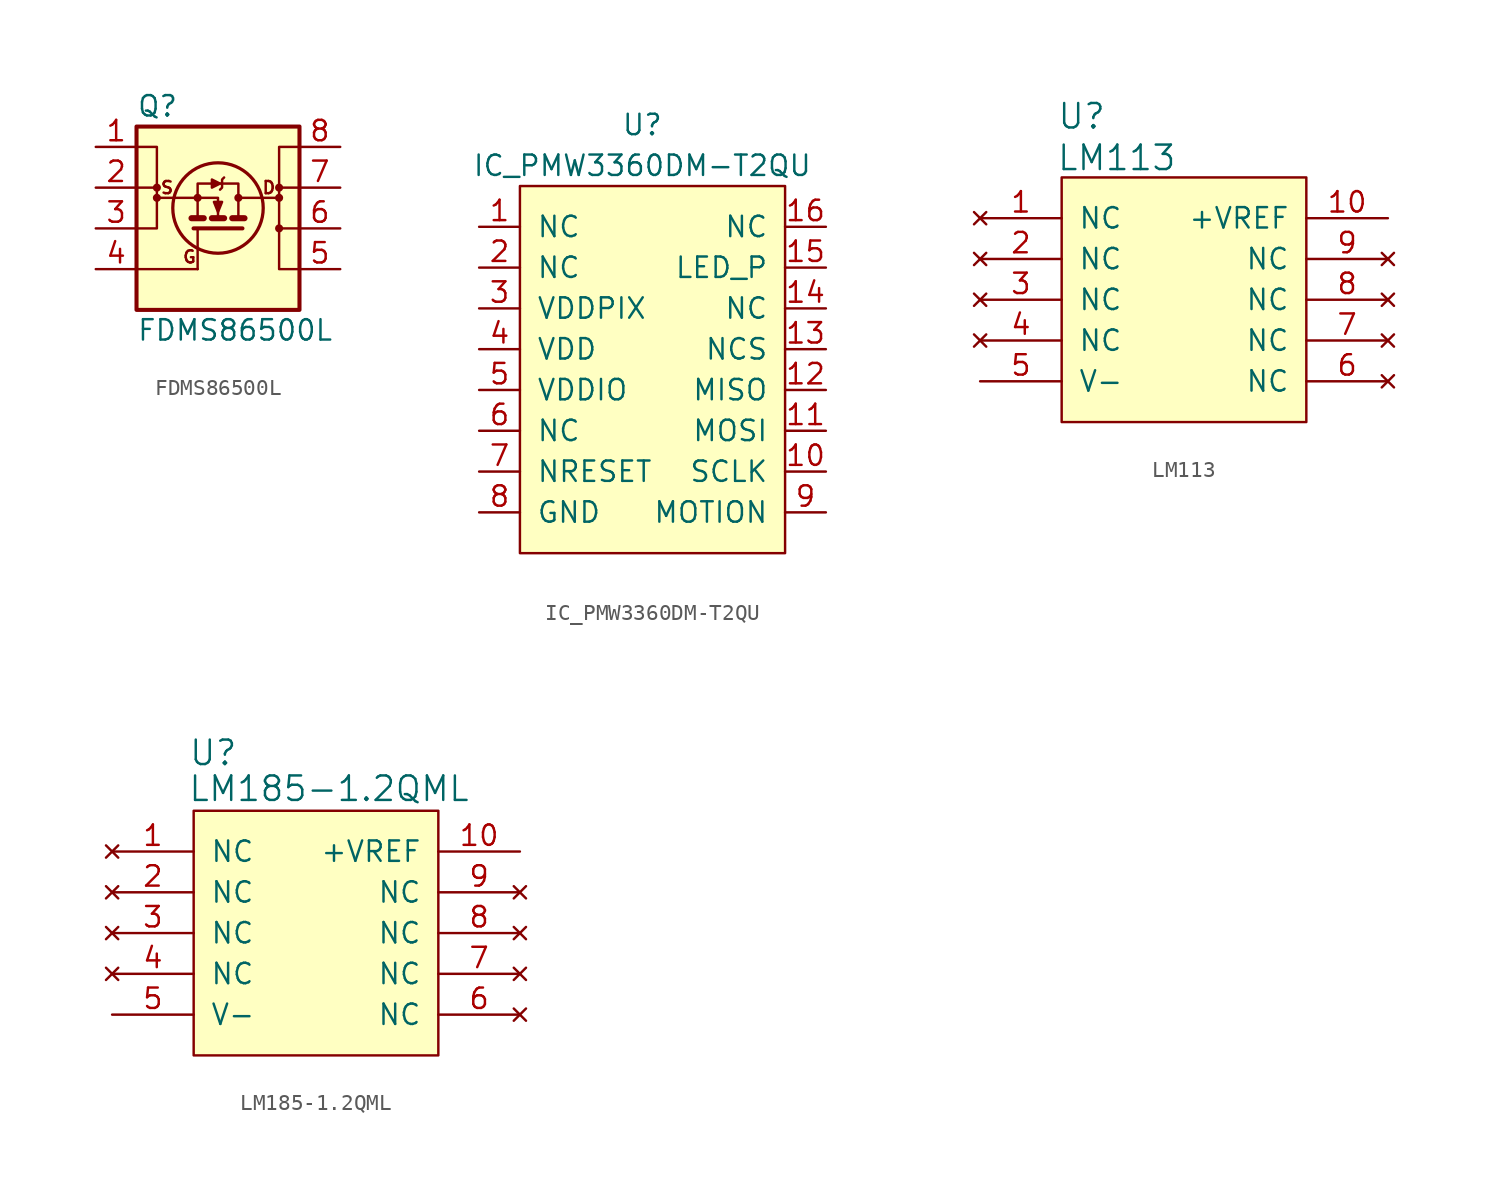
<source format=kicad_sym>
(kicad_symbol_lib
  (version 20211014)
  (generator kicad_symbol_editor)
  (symbol "FDMS86500L"
    (pin_names
      (offset 0) hide)
    (property "Reference" "Q"
      (at -5.08 7.62 0)
      (effects (font (size 1.27 1.27)) (justify left)))
    (property "Value" "FDMS86500L"
      (at -5.08 -6.35 0)
      (effects (font (size 1.27 1.27)) (justify left)))
    (symbol "FDMS86500L_0_0"
      (circle (center -3.81 1.905) (radius 0.127) (stroke (width 0.254) (type default) (color 0 0 0 0)) (fill (type none)))
      (circle (center -1.27 1.905) (radius 0.127) (stroke (width 0.254) (type default) (color 0 0 0 0)) (fill (type none)))
      (polyline (pts (xy -5.08 2.54) (xy -3.81 2.54)) (stroke (width 0) (type default) (color 0 0 0 0)) (fill (type none)))
      (polyline (pts (xy -1.27 1.905) (xy -3.81 1.905)) (stroke (width 0) (type default) (color 0 0 0 0)) (fill (type none)))
      (polyline (pts (xy 5.08 2.54) (xy 3.81 2.54)) (stroke (width 0) (type default) (color 0 0 0 0)) (fill (type none)))
      (polyline (pts (xy -1.27 0.635) (xy -1.27 2.794) (xy 1.27 2.794) (xy 1.27 0.635)) (stroke (width 0) (type default) (color 0 0 0 0)) (fill (type none)))
      (polyline (pts (xy 0.127 2.794) (xy -0.381 3.048) (xy -0.381 2.54) (xy 0.127 2.794)) (stroke (width 0) (type default) (color 0 0 0 0)) (fill (type outline)))
      (polyline (pts (xy 0.381 3.175) (xy 0.254 3.048) (xy 0.254 2.54) (xy 0.127 2.413)) (stroke (width 0) (type default) (color 0 0 0 0)) (fill (type none)))
      (circle (center 1.27 1.905) (radius 0.127) (stroke (width 0.254) (type default) (color 0 0 0 0)) (fill (type none)))
      (circle (center 3.81 1.905) (radius 0.127) (stroke (width 0.254) (type default) (color 0 0 0 0)) (fill (type none)))
      (text "D" (at 3.175 2.54 0) (effects (font (size 0.762 0.762))))
      (text "G" (at -1.778 -1.778 0) (effects (font (size 0.762 0.762))))
      (text "S" (at -3.175 2.54 0) (effects (font (size 0.762 0.762)))))
    (symbol "FDMS86500L_0_1"
      (rectangle (start -5.08 6.35) (end 5.08 -5.08) (stroke (width 0.254) (type default) (color 0 0 0 0)) (fill (type background)))
      (circle (center -3.81 2.54) (radius 0.127) (stroke (width 0.254) (type default) (color 0 0 0 0)) (fill (type none)))
      (polyline (pts (xy -5.08 -2.54) (xy -1.27 -2.54)) (stroke (width 0) (type default) (color 0 0 0 0)) (fill (type none)))
      (polyline (pts (xy -1.651 0.635) (xy -0.889 0.635)) (stroke (width 0.381) (type default) (color 0 0 0 0)) (fill (type none)))
      (polyline (pts (xy -1.27 -2.54) (xy -1.27 0)) (stroke (width 0) (type default) (color 0 0 0 0)) (fill (type none)))
      (polyline (pts (xy -0.381 0.635) (xy 0.381 0.635)) (stroke (width 0.381) (type default) (color 0 0 0 0)) (fill (type none)))
      (polyline (pts (xy 0.889 0.635) (xy 1.651 0.635)) (stroke (width 0.381) (type default) (color 0 0 0 0)) (fill (type none)))
      (polyline (pts (xy 1.27 1.905) (xy 3.81 1.905)) (stroke (width 0) (type default) (color 0 0 0 0)) (fill (type none)))
      (polyline (pts (xy 5.08 0) (xy 3.81 0)) (stroke (width 0) (type default) (color 0 0 0 0)) (fill (type none)))
      (polyline (pts (xy -1.524 0) (xy 1.524 0) (xy 1.524 0)) (stroke (width 0.254) (type default) (color 0 0 0 0)) (fill (type none)))
      (polyline (pts (xy 0 0.635) (xy 0 1.905) (xy -1.27 1.905)) (stroke (width 0) (type default) (color 0 0 0 0)) (fill (type none)))
      (polyline (pts (xy -5.08 0) (xy -3.81 0) (xy -3.81 5.08) (xy -5.08 5.08)) (stroke (width 0) (type default) (color 0 0 0 0)) (fill (type none)))
      (polyline (pts (xy -0.254 1.651) (xy 0.254 1.651) (xy 0 1.016) (xy -0.254 1.651)) (stroke (width 0) (type default) (color 0 0 0 0)) (fill (type outline)))
      (polyline (pts (xy 5.08 5.08) (xy 3.81 5.08) (xy 3.81 -2.54) (xy 5.08 -2.54)) (stroke (width 0) (type default) (color 0 0 0 0)) (fill (type none)))
      (circle (center 0 1.27) (radius 2.819) (stroke (width 0.203) (type default) (color 0 0 0 0)) (fill (type none)))
      (circle (center 3.81 0) (radius 0.127) (stroke (width 0.254) (type default) (color 0 0 0 0)) (fill (type none)))
      (circle (center 3.81 2.54) (radius 0.127) (stroke (width 0.254) (type default) (color 0 0 0 0)) (fill (type none))))
    (symbol "FDMS86500L_1_1"
      (pin passive line (at -7.62 5.08 0) (length 2.54) (name "S" (effects (font (size 1.27 1.27)))) (number "1" (effects (font (size 1.27 1.27)))))
      (pin passive line (at -7.62 2.54 0) (length 2.54) (name "S" (effects (font (size 1.27 1.27)))) (number "2" (effects (font (size 1.27 1.27)))))
      (pin passive line (at -7.62 0 0) (length 2.54) (name "S" (effects (font (size 1.27 1.27)))) (number "3" (effects (font (size 1.27 1.27)))))
      (pin passive line (at -7.62 -2.54 0) (length 2.54) (name "G" (effects (font (size 1.27 1.27)))) (number "4" (effects (font (size 1.27 1.27)))))
      (pin passive line (at 7.62 -2.54 180) (length 2.54) (name "D" (effects (font (size 1.27 1.27)))) (number "5" (effects (font (size 1.27 1.27)))))
      (pin passive line (at 7.62 0 180) (length 2.54) (name "D" (effects (font (size 1.27 1.27)))) (number "6" (effects (font (size 1.27 1.27)))))
      (pin passive line (at 7.62 2.54 180) (length 2.54) (name "D" (effects (font (size 1.27 1.27)))) (number "7" (effects (font (size 1.27 1.27)))))
      (pin passive line (at 7.62 5.08 180) (length 2.54) (name "D" (effects (font (size 1.27 1.27)))) (number "8" (effects (font (size 1.27 1.27)))))))
  (symbol "IC_PMW3360DM-T2QU"
    (pin_names
      (offset 1.016))
    (property "Reference" "U"
      (at 0 12.7 0)
      (effects (font (size 1.27 1.27))))
    (property "Value" "IC_PMW3360DM-T2QU"
      (at 0 10.16 0)
      (effects (font (size 1.27 1.27))))
    (symbol "IC_PMW3360DM-T2QU_0_1"
      (rectangle (start -7.62 8.89) (end 8.89 -13.97) (stroke (width 0) (type default) (color 0 0 0 0)) (fill (type background))))
    (symbol "IC_PMW3360DM-T2QU_1_1"
      (pin input line (at -10.16 6.35 0) (length 2.54) (name "NC" (effects (font (size 1.27 1.27)))) (number "1" (effects (font (size 1.27 1.27)))))
      (pin input line (at 11.43 -8.89 180) (length 2.54) (name "SCLK" (effects (font (size 1.27 1.27)))) (number "10" (effects (font (size 1.27 1.27)))))
      (pin input line (at 11.43 -6.35 180) (length 2.54) (name "MOSI" (effects (font (size 1.27 1.27)))) (number "11" (effects (font (size 1.27 1.27)))))
      (pin input line (at 11.43 -3.81 180) (length 2.54) (name "MISO" (effects (font (size 1.27 1.27)))) (number "12" (effects (font (size 1.27 1.27)))))
      (pin input line (at 11.43 -1.27 180) (length 2.54) (name "NCS" (effects (font (size 1.27 1.27)))) (number "13" (effects (font (size 1.27 1.27)))))
      (pin input line (at 11.43 1.27 180) (length 2.54) (name "NC" (effects (font (size 1.27 1.27)))) (number "14" (effects (font (size 1.27 1.27)))))
      (pin input line (at 11.43 3.81 180) (length 2.54) (name "LED_P" (effects (font (size 1.27 1.27)))) (number "15" (effects (font (size 1.27 1.27)))))
      (pin input line (at 11.43 6.35 180) (length 2.54) (name "NC" (effects (font (size 1.27 1.27)))) (number "16" (effects (font (size 1.27 1.27)))))
      (pin input line (at -10.16 3.81 0) (length 2.54) (name "NC" (effects (font (size 1.27 1.27)))) (number "2" (effects (font (size 1.27 1.27)))))
      (pin input line (at -10.16 1.27 0) (length 2.54) (name "VDDPIX" (effects (font (size 1.27 1.27)))) (number "3" (effects (font (size 1.27 1.27)))))
      (pin input line (at -10.16 -1.27 0) (length 2.54) (name "VDD" (effects (font (size 1.27 1.27)))) (number "4" (effects (font (size 1.27 1.27)))))
      (pin input line (at -10.16 -3.81 0) (length 2.54) (name "VDDIO" (effects (font (size 1.27 1.27)))) (number "5" (effects (font (size 1.27 1.27)))))
      (pin input line (at -10.16 -6.35 0) (length 2.54) (name "NC" (effects (font (size 1.27 1.27)))) (number "6" (effects (font (size 1.27 1.27)))))
      (pin input line (at -10.16 -8.89 0) (length 2.54) (name "NRESET" (effects (font (size 1.27 1.27)))) (number "7" (effects (font (size 1.27 1.27)))))
      (pin input line (at -10.16 -11.43 0) (length 2.54) (name "GND" (effects (font (size 1.27 1.27)))) (number "8" (effects (font (size 1.27 1.27)))))
      (pin input line (at 11.43 -11.43 180) (length 2.54) (name "MOTION" (effects (font (size 1.27 1.27)))) (number "9" (effects (font (size 1.27 1.27)))))))
  (symbol "LM113"
    (pin_names
      (offset 1.016))
    (property "Reference" "U"
      (at -6.375 11.43 0)
      (effects (font (size 1.524 1.524))))
    (property "Value" "LM113"
      (at -4.191 8.839 0)
      (effects (font (size 1.524 1.524))))
    (symbol "LM113_0_1"
      (rectangle (start 7.62 -7.62) (end -7.62 7.62) (stroke (width 0) (type default) (color 0 0 0 0)) (fill (type background))))
    (symbol "LM113_1_1"
      (pin no_connect line (at -12.7 5.08 0) (length 5.08) (name "NC" (effects (font (size 1.27 1.27)))) (number "1" (effects (font (size 1.27 1.27)))))
      (pin power_out line (at 12.7 5.08 180) (length 5.08) (name "+VREF" (effects (font (size 1.27 1.27)))) (number "10" (effects (font (size 1.27 1.27)))))
      (pin no_connect line (at -12.7 2.54 0) (length 5.08) (name "NC" (effects (font (size 1.27 1.27)))) (number "2" (effects (font (size 1.27 1.27)))))
      (pin no_connect line (at -12.7 0 0) (length 5.08) (name "NC" (effects (font (size 1.27 1.27)))) (number "3" (effects (font (size 1.27 1.27)))))
      (pin no_connect line (at -12.7 -2.54 0) (length 5.08) (name "NC" (effects (font (size 1.27 1.27)))) (number "4" (effects (font (size 1.27 1.27)))))
      (pin power_in line (at -12.7 -5.08 0) (length 5.08) (name "V-" (effects (font (size 1.27 1.27)))) (number "5" (effects (font (size 1.27 1.27)))))
      (pin no_connect line (at 12.7 -5.08 180) (length 5.08) (name "NC" (effects (font (size 1.27 1.27)))) (number "6" (effects (font (size 1.27 1.27)))))
      (pin no_connect line (at 12.7 -2.54 180) (length 5.08) (name "NC" (effects (font (size 1.27 1.27)))) (number "7" (effects (font (size 1.27 1.27)))))
      (pin no_connect line (at 12.7 0 180) (length 5.08) (name "NC" (effects (font (size 1.27 1.27)))) (number "8" (effects (font (size 1.27 1.27)))))
      (pin no_connect line (at 12.7 2.54 180) (length 5.08) (name "NC" (effects (font (size 1.27 1.27)))) (number "9" (effects (font (size 1.27 1.27)))))))
  (symbol "LM185-1.2QML"
    (pin_names
      (offset 1.016))
    (property "Reference" "U"
      (at -6.401 11.227 0)
      (effects (font (size 1.524 1.524))))
    (property "Value" "LM185-1.2QML"
      (at 0.813 8.992 0)
      (effects (font (size 1.524 1.524))))
    (symbol "LM185-1.2QML_0_1"
      (rectangle (start 7.62 -7.62) (end -7.62 7.62) (stroke (width 0) (type default) (color 0 0 0 0)) (fill (type background))))
    (symbol "LM185-1.2QML_1_1"
      (pin no_connect line (at -12.7 5.08 0) (length 5.08) (name "NC" (effects (font (size 1.27 1.27)))) (number "1" (effects (font (size 1.27 1.27)))))
      (pin power_out line (at 12.7 5.08 180) (length 5.08) (name "+VREF" (effects (font (size 1.27 1.27)))) (number "10" (effects (font (size 1.27 1.27)))))
      (pin no_connect line (at -12.7 2.54 0) (length 5.08) (name "NC" (effects (font (size 1.27 1.27)))) (number "2" (effects (font (size 1.27 1.27)))))
      (pin no_connect line (at -12.7 0 0) (length 5.08) (name "NC" (effects (font (size 1.27 1.27)))) (number "3" (effects (font (size 1.27 1.27)))))
      (pin no_connect line (at -12.7 -2.54 0) (length 5.08) (name "NC" (effects (font (size 1.27 1.27)))) (number "4" (effects (font (size 1.27 1.27)))))
      (pin power_in line (at -12.7 -5.08 0) (length 5.08) (name "V-" (effects (font (size 1.27 1.27)))) (number "5" (effects (font (size 1.27 1.27)))))
      (pin no_connect line (at 12.7 -5.08 180) (length 5.08) (name "NC" (effects (font (size 1.27 1.27)))) (number "6" (effects (font (size 1.27 1.27)))))
      (pin no_connect line (at 12.7 -2.54 180) (length 5.08) (name "NC" (effects (font (size 1.27 1.27)))) (number "7" (effects (font (size 1.27 1.27)))))
      (pin no_connect line (at 12.7 0 180) (length 5.08) (name "NC" (effects (font (size 1.27 1.27)))) (number "8" (effects (font (size 1.27 1.27)))))
      (pin no_connect line (at 12.7 2.54 180) (length 5.08) (name "NC" (effects (font (size 1.27 1.27)))) (number "9" (effects (font (size 1.27 1.27))))))))
</source>
